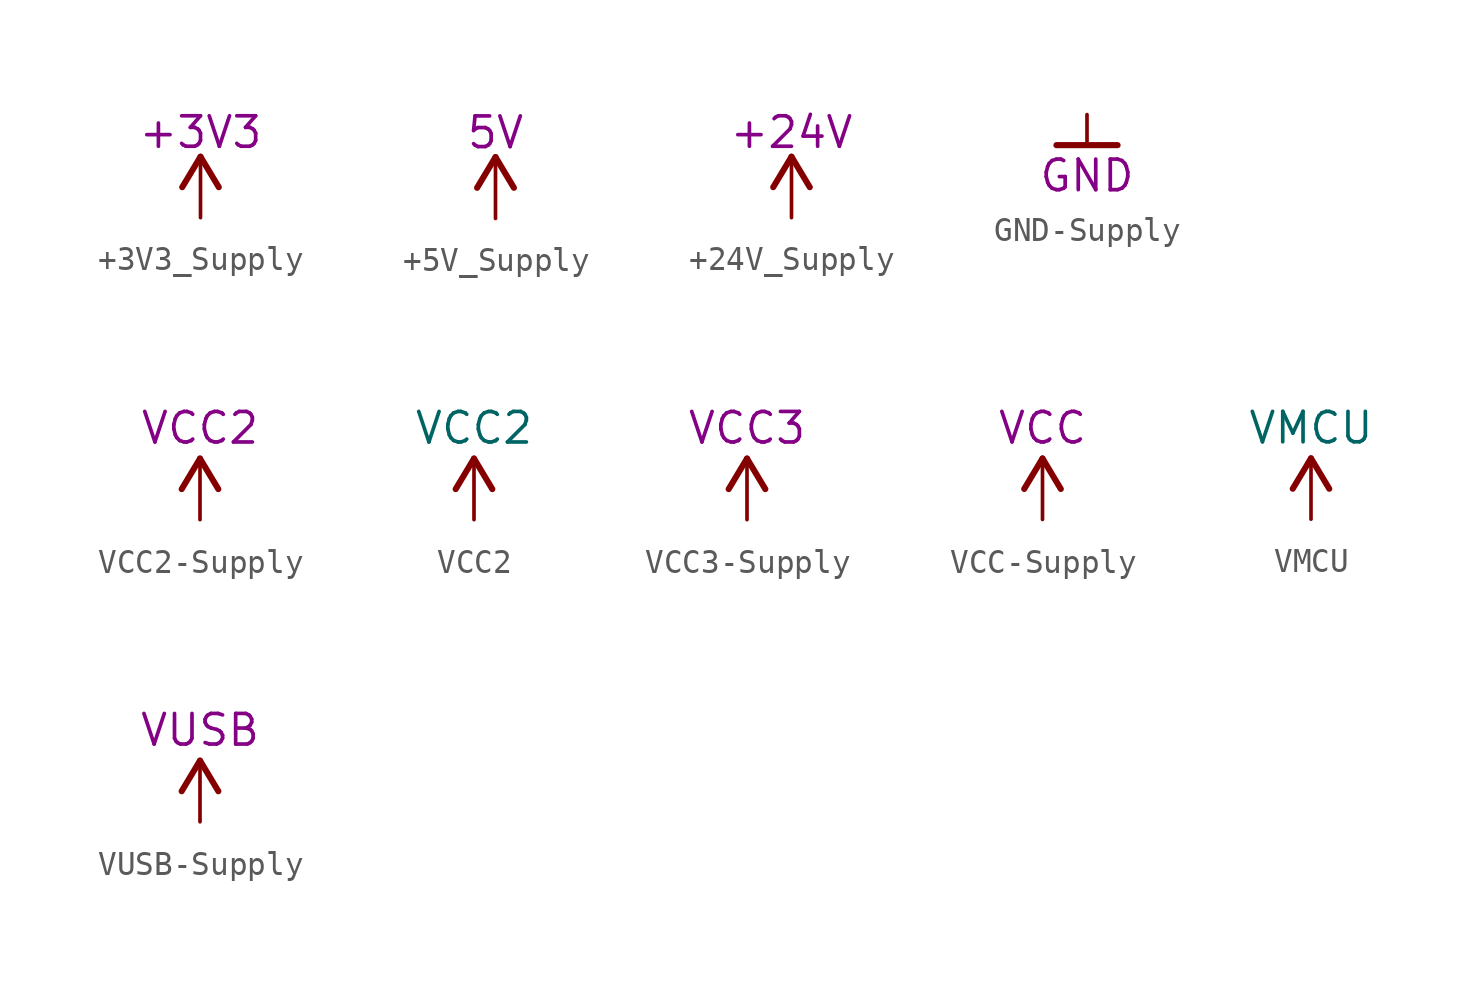
<source format=kicad_sym>
(kicad_symbol_lib
  (version 20211014)
  (generator kicad_symbol_editor)
  (symbol "+3V3_Supply"
    (power)
    (pin_names
      (offset 0))
    (property "Reference" "#PWR"
      (at 0 -3.81 0)
      (effects (font (size 1.27 1.27)) hide))
    (property "Value2" "+3V3"
      (at 0 3.556 0)
      (effects (font (size 1.27 1.27))))
    (symbol "+3V3_Supply_0_1"
      (polyline (pts (xy -0.762 1.27) (xy 0 2.54)) (stroke (width 0.254) (type default) (color 0 0 0 0)) (fill (type none)))
      (polyline (pts (xy 0 0) (xy 0 2.54)) (stroke (width 0) (type default) (color 0 0 0 0)) (fill (type none)))
      (polyline (pts (xy 0 2.54) (xy 0.762 1.27)) (stroke (width 0.254) (type default) (color 0 0 0 0)) (fill (type none))))
    (symbol "+3V3_Supply_1_1"
      (pin power_in line (at 0 0 90) (length 0) hide (name "+3V3" (effects (font (size 1.27 1.27)))) (number "1" (effects (font (size 1.27 1.27)))))
      (pin power_out line (at 0 0 90) (length 0) hide (name "+3V3" (effects (font (size 1.27 1.27)))) (number "1" (effects (font (size 1.27 1.27)))))))
  (symbol "+5V_Supply"
    (power)
    (pin_names
      (offset 0))
    (property "Reference" "#PWR"
      (at 0 -3.81 0)
      (effects (font (size 1.27 1.27)) hide))
    (property "Value2" "5V"
      (at 0 3.556 0)
      (effects (font (size 1.27 1.27))))
    (symbol "+5V_Supply_0_1"
      (polyline (pts (xy -0.762 1.27) (xy 0 2.54)) (stroke (width 0.254) (type default) (color 0 0 0 0)) (fill (type none)))
      (polyline (pts (xy 0 0) (xy 0 2.54)) (stroke (width 0) (type default) (color 0 0 0 0)) (fill (type none)))
      (polyline (pts (xy 0 2.54) (xy 0.762 1.27)) (stroke (width 0.254) (type default) (color 0 0 0 0)) (fill (type none))))
    (symbol "+5V_Supply_1_1"
      (pin power_in line (at 0 0 90) (length 0) hide (name "+5V" (effects (font (size 1.27 1.27)))) (number "1" (effects (font (size 1.27 1.27)))))
      (pin power_out line (at 0 0 90) (length 0) hide (name "+5V" (effects (font (size 1.27 1.27)))) (number "1" (effects (font (size 1.27 1.27)))))))
  (symbol "+24V_Supply"
    (power)
    (pin_names
      (offset 0))
    (property "Reference" "#PWR"
      (at 0 -3.81 0)
      (effects (font (size 1.27 1.27)) hide))
    (property "Value2" "+24V"
      (at 0 3.556 0)
      (effects (font (size 1.27 1.27))))
    (symbol "+24V_Supply_0_1"
      (polyline (pts (xy -0.762 1.27) (xy 0 2.54)) (stroke (width 0.254) (type default) (color 0 0 0 0)) (fill (type none)))
      (polyline (pts (xy 0 0) (xy 0 2.54)) (stroke (width 0) (type default) (color 0 0 0 0)) (fill (type none)))
      (polyline (pts (xy 0 2.54) (xy 0.762 1.27)) (stroke (width 0.254) (type default) (color 0 0 0 0)) (fill (type none))))
    (symbol "+24V_Supply_1_1"
      (pin power_in line (at 0 0 90) (length 0) hide (name "+24V" (effects (font (size 1.27 1.27)))) (number "1" (effects (font (size 1.27 1.27)))))
      (pin power_out line (at 0 0 90) (length 0) hide (name "+24V" (effects (font (size 1.27 1.27)))) (number "1" (effects (font (size 1.27 1.27)))))))
  (symbol "GND-Supply"
    (power)
    (pin_names
      (offset 0))
    (property "Reference" "#PWR"
      (at 0 -6.35 0)
      (effects (font (size 1.27 1.27)) hide))
    (property "Value2" "GND"
      (at 0 -2.54 0)
      (effects (font (size 1.27 1.27))))
    (symbol "GND-Supply_0_1"
      (polyline (pts (xy 0 -1.27) (xy 0 0)) (stroke (width 0) (type default) (color 0 0 0 0)) (fill (type none)))
      (polyline (pts (xy 1.27 -1.27) (xy -1.27 -1.27)) (stroke (width 0.254) (type default) (color 0 0 0 0)) (fill (type none))))
    (symbol "GND-Supply_1_1"
      (pin power_out line (at 0 0 270) (length 0) hide (name "GND" (effects (font (size 1.27 1.27)))) (number "1" (effects (font (size 1.27 1.27)))))
      (pin power_in line (at 0 0 180) (length 0) hide (name "GND" (effects (font (size 1.27 1.27)))) (number "1" (effects (font (size 1.27 1.27)))))))
  (symbol "VCC2-Supply"
    (power)
    (pin_names
      (offset 0))
    (property "Reference" "#PWR"
      (at 0 -3.81 0)
      (effects (font (size 1.27 1.27)) hide))
    (property "Value2" "VCC2"
      (at 0 3.81 0)
      (effects (font (size 1.27 1.27))))
    (symbol "VCC2-Supply_0_1"
      (polyline (pts (xy -0.762 1.27) (xy 0 2.54)) (stroke (width 0.254) (type default) (color 0 0 0 0)) (fill (type none)))
      (polyline (pts (xy 0 0) (xy 0 2.54)) (stroke (width 0) (type default) (color 0 0 0 0)) (fill (type none)))
      (polyline (pts (xy 0 2.54) (xy 0.762 1.27)) (stroke (width 0.254) (type default) (color 0 0 0 0)) (fill (type none))))
    (symbol "VCC2-Supply_1_1"
      (pin power_out line (at 0 0 180) (length 0) hide (name "VCC2" (effects (font (size 1.27 1.27)))) (number "1" (effects (font (size 1.27 1.27)))))
      (pin power_in line (at 0 0 90) (length 0) hide (name "VCC2" (effects (font (size 1.27 1.27)))) (number "1" (effects (font (size 1.27 1.27)))))))
  (symbol "VCC2"
    (power)
    (pin_names
      (offset 0))
    (property "Reference" "#PWR"
      (at 0 -3.81 0)
      (effects (font (size 1.27 1.27)) hide))
    (property "Value" "VCC2"
      (at 0 3.81 0)
      (effects (font (size 1.27 1.27))))
    (symbol "VCC2_0_1"
      (polyline (pts (xy -0.762 1.27) (xy 0 2.54)) (stroke (width 0.254) (type default) (color 0 0 0 0)) (fill (type none)))
      (polyline (pts (xy 0 0) (xy 0 2.54)) (stroke (width 0) (type default) (color 0 0 0 0)) (fill (type none)))
      (polyline (pts (xy 0 2.54) (xy 0.762 1.27)) (stroke (width 0.254) (type default) (color 0 0 0 0)) (fill (type none))))
    (symbol "VCC2_1_1"
      (pin power_in line (at 0 0 90) (length 0) hide (name "VCC2" (effects (font (size 1.27 1.27)))) (number "1" (effects (font (size 1.27 1.27)))))))
  (symbol "VCC3-Supply"
    (power)
    (pin_names
      (offset 0))
    (property "Reference" "#PWR"
      (at 0 -3.81 0)
      (effects (font (size 1.27 1.27)) hide))
    (property "Value2" "VCC3"
      (at 0 3.81 0)
      (effects (font (size 1.27 1.27))))
    (symbol "VCC3-Supply_0_1"
      (polyline (pts (xy -0.762 1.27) (xy 0 2.54)) (stroke (width 0.254) (type default) (color 0 0 0 0)) (fill (type none)))
      (polyline (pts (xy 0 0) (xy 0 2.54)) (stroke (width 0) (type default) (color 0 0 0 0)) (fill (type none)))
      (polyline (pts (xy 0 2.54) (xy 0.762 1.27)) (stroke (width 0.254) (type default) (color 0 0 0 0)) (fill (type none))))
    (symbol "VCC3-Supply_1_1"
      (pin power_out line (at 0 0 180) (length 0) hide (name "VCC3" (effects (font (size 1.27 1.27)))) (number "1" (effects (font (size 1.27 1.27)))))
      (pin power_in line (at 0 0 90) (length 0) hide (name "VCC3" (effects (font (size 1.27 1.27)))) (number "1" (effects (font (size 1.27 1.27)))))))
  (symbol "VCC-Supply"
    (power)
    (pin_names
      (offset 0))
    (property "Reference" "#PWR"
      (at 0 6.985 0)
      (effects (font (size 1.27 1.27)) hide))
    (property "Value2" "VCC"
      (at 0 3.81 0)
      (effects (font (size 1.27 1.27))))
    (symbol "VCC-Supply_0_1"
      (polyline (pts (xy -0.762 1.27) (xy 0 2.54)) (stroke (width 0.254) (type default) (color 0 0 0 0)) (fill (type none)))
      (polyline (pts (xy 0 0) (xy 0 2.54)) (stroke (width 0) (type default) (color 0 0 0 0)) (fill (type none)))
      (polyline (pts (xy 0 2.54) (xy 0.762 1.27)) (stroke (width 0.254) (type default) (color 0 0 0 0)) (fill (type none))))
    (symbol "VCC-Supply_1_1"
      (pin power_in line (at 0 0 0) (length 0) hide (name "VCC" (effects (font (size 1.27 1.27)))) (number "1" (effects (font (size 1.27 1.27)))))
      (pin power_out line (at 0 0 90) (length 0) hide (name "VCC" (effects (font (size 1.27 1.27)))) (number "1" (effects (font (size 1.27 1.27)))))))
  (symbol "VMCU"
    (power)
    (pin_names
      (offset 0))
    (property "Reference" "#PWR"
      (at 0 -3.81 0)
      (effects (font (size 1.27 1.27)) hide))
    (property "Value" "VMCU"
      (at 0 3.81 0)
      (effects (font (size 1.27 1.27))))
    (symbol "VMCU_0_1"
      (polyline (pts (xy -0.762 1.27) (xy 0 2.54)) (stroke (width 0.254) (type default) (color 0 0 0 0)) (fill (type none)))
      (polyline (pts (xy 0 0) (xy 0 2.54)) (stroke (width 0) (type default) (color 0 0 0 0)) (fill (type none)))
      (polyline (pts (xy 0 2.54) (xy 0.762 1.27)) (stroke (width 0.254) (type default) (color 0 0 0 0)) (fill (type none))))
    (symbol "VMCU_1_1"
      (pin power_in line (at 0 0 90) (length 0) hide (name "VMCU" (effects (font (size 1.27 1.27)))) (number "1" (effects (font (size 1.27 1.27)))))))
  (symbol "VUSB-Supply"
    (power)
    (pin_names
      (offset 0))
    (property "Reference" "#PWR"
      (at 0 -3.81 0)
      (effects (font (size 1.27 1.27)) hide))
    (property "Value2" "VUSB"
      (at 0 3.81 0)
      (effects (font (size 1.27 1.27))))
    (symbol "VUSB-Supply_0_1"
      (polyline (pts (xy -0.762 1.27) (xy 0 2.54)) (stroke (width 0.254) (type default) (color 0 0 0 0)) (fill (type none)))
      (polyline (pts (xy 0 0) (xy 0 2.54)) (stroke (width 0) (type default) (color 0 0 0 0)) (fill (type none)))
      (polyline (pts (xy 0 2.54) (xy 0.762 1.27)) (stroke (width 0.254) (type default) (color 0 0 0 0)) (fill (type none))))
    (symbol "VUSB-Supply_1_1"
      (pin power_out line (at 0 0 180) (length 0) hide (name "VUSB" (effects (font (size 1.27 1.27)))) (number "1" (effects (font (size 1.27 1.27)))))
      (pin power_in line (at 0 0 90) (length 0) hide (name "VUSB" (effects (font (size 1.27 1.27)))) (number "1" (effects (font (size 1.27 1.27))))))))
</source>
